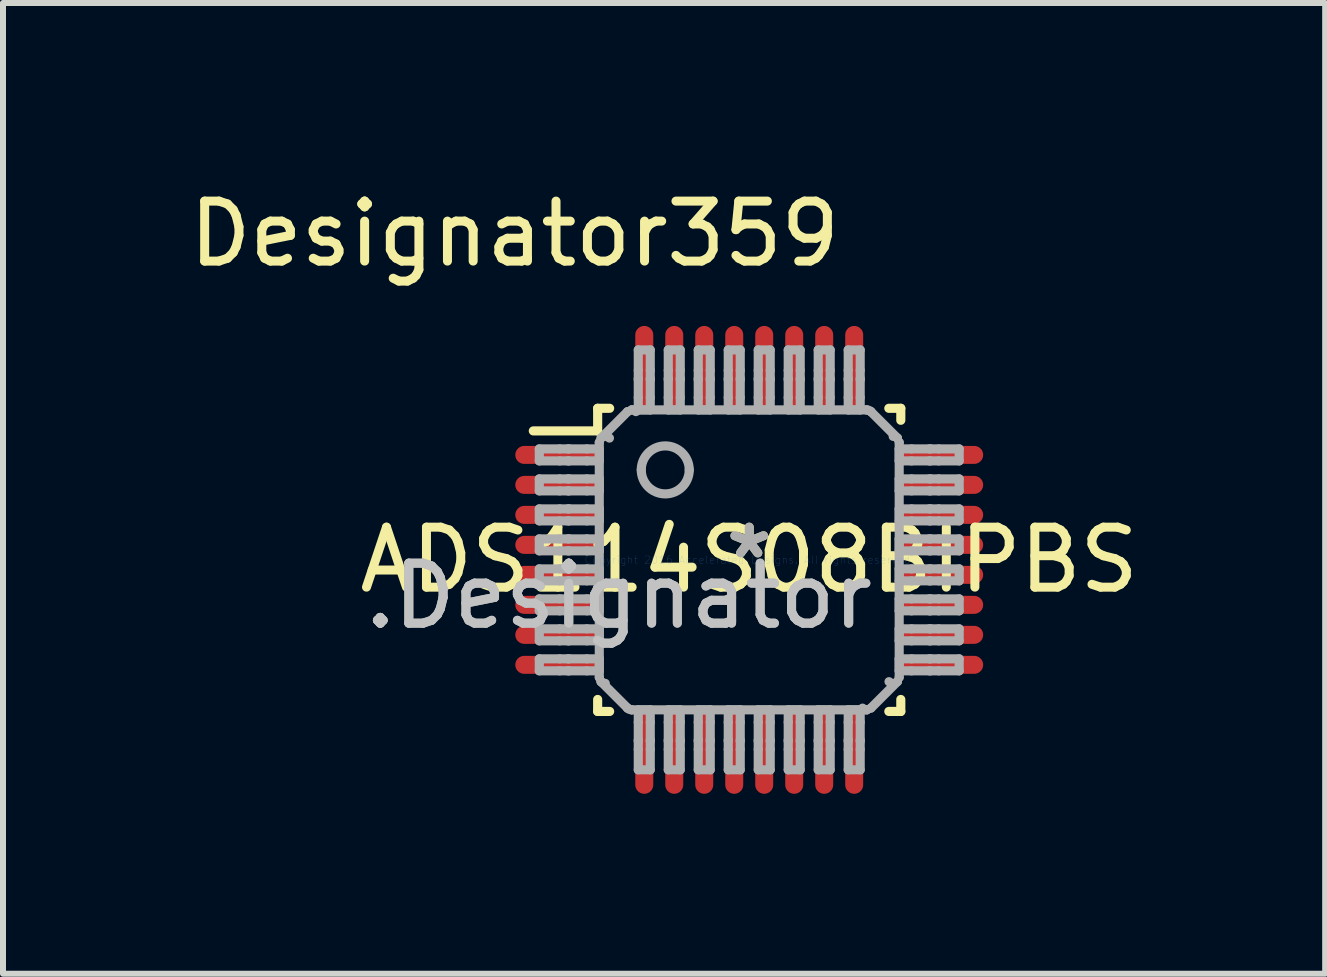
<source format=kicad_pcb>
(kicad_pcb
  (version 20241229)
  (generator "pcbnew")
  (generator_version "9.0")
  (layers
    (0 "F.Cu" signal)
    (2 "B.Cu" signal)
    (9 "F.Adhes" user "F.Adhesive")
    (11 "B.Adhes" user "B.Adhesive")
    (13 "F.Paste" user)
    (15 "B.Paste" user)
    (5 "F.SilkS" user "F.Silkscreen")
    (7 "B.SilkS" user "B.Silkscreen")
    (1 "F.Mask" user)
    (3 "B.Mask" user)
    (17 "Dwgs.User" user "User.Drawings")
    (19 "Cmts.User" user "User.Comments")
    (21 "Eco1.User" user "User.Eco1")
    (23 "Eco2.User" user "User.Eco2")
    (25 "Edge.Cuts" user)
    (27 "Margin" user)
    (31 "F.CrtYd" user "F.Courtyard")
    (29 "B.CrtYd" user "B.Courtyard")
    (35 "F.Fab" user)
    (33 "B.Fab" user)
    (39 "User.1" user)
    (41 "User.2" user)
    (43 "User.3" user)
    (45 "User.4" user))
  (footprint "ADS114S08BIPBS"
    (layer "F.Cu")
    (at 9.441 6.284)
    (property "Reference" "ADS114S08BIPBS" (at 0 0 0) (layer "F.SilkS") (effects (font (size 1 1) (thickness 0.15))))
    (attr through_hole)
    (fp_line (start -3.6 -2.15) (end -2.527 -2.15) (stroke (width 0.152) (type solid)) (layer "F.SilkS"))
    (fp_line (start -2.527 -2.527) (end -2.327 -2.527) (stroke (width 0.152) (type solid)) (layer "F.SilkS"))
    (fp_line (start -2.527 -2.15) (end -2.527 -2.527) (stroke (width 0.152) (type solid)) (layer "F.SilkS"))
    (fp_line (start -2.527 2.527) (end -2.527 2.327) (stroke (width 0.152) (type solid)) (layer "F.SilkS"))
    (fp_line (start -2.527 2.527) (end -2.327 2.527) (stroke (width 0.152) (type solid)) (layer "F.SilkS"))
    (fp_line (start 2.327 -2.527) (end 2.527 -2.527) (stroke (width 0.152) (type solid)) (layer "F.SilkS"))
    (fp_line (start 2.327 2.527) (end 2.527 2.527) (stroke (width 0.152) (type solid)) (layer "F.SilkS"))
    (fp_line (start 2.527 -2.327) (end 2.527 -2.527) (stroke (width 0.152) (type solid)) (layer "F.SilkS"))
    (fp_line (start 2.527 2.527) (end 2.527 2.327) (stroke (width 0.152) (type solid)) (layer "F.SilkS"))
    (fp_line (start -3.5 -1.85) (end -3.16 -1.85) (stroke (width 0.152) (type solid)) (layer "F.Fab"))
    (fp_line (start -3.5 -1.65) (end -3.5 -1.85) (stroke (width 0.152) (type solid)) (layer "F.Fab"))
    (fp_line (start -3.5 -1.65) (end -3.16 -1.65) (stroke (width 0.152) (type solid)) (layer "F.Fab"))
    (fp_line (start -3.5 -1.35) (end -3.16 -1.35) (stroke (width 0.152) (type solid)) (layer "F.Fab"))
    (fp_line (start -3.5 -1.15) (end -3.5 -1.35) (stroke (width 0.152) (type solid)) (layer "F.Fab"))
    (fp_line (start -3.5 -1.15) (end -3.16 -1.15) (stroke (width 0.152) (type solid)) (layer "F.Fab"))
    (fp_line (start -3.5 -0.85) (end -3.16 -0.85) (stroke (width 0.152) (type solid)) (layer "F.Fab"))
    (fp_line (start -3.5 -0.65) (end -3.5 -0.85) (stroke (width 0.152) (type solid)) (layer "F.Fab"))
    (fp_line (start -3.5 -0.65) (end -3.16 -0.65) (stroke (width 0.152) (type solid)) (layer "F.Fab"))
    (fp_line (start -3.5 -0.35) (end -3.16 -0.35) (stroke (width 0.152) (type solid)) (layer "F.Fab"))
    (fp_line (start -3.5 -0.15) (end -3.5 -0.35) (stroke (width 0.152) (type solid)) (layer "F.Fab"))
    (fp_line (start -3.5 -0.15) (end -3.16 -0.15) (stroke (width 0.152) (type solid)) (layer "F.Fab"))
    (fp_line (start -3.5 0.15) (end -3.16 0.15) (stroke (width 0.152) (type solid)) (layer "F.Fab"))
    (fp_line (start -3.5 0.35) (end -3.5 0.15) (stroke (width 0.152) (type solid)) (layer "F.Fab"))
    (fp_line (start -3.5 0.35) (end -3.16 0.35) (stroke (width 0.152) (type solid)) (layer "F.Fab"))
    (fp_line (start -3.5 0.65) (end -3.16 0.65) (stroke (width 0.152) (type solid)) (layer "F.Fab"))
    (fp_line (start -3.5 0.85) (end -3.5 0.65) (stroke (width 0.152) (type solid)) (layer "F.Fab"))
    (fp_line (start -3.5 0.85) (end -3.16 0.85) (stroke (width 0.152) (type solid)) (layer "F.Fab"))
    (fp_line (start -3.5 1.15) (end -3.16 1.15) (stroke (width 0.152) (type solid)) (layer "F.Fab"))
    (fp_line (start -3.5 1.35) (end -3.5 1.15) (stroke (width 0.152) (type solid)) (layer "F.Fab"))
    (fp_line (start -3.5 1.35) (end -3.16 1.35) (stroke (width 0.152) (type solid)) (layer "F.Fab"))
    (fp_line (start -3.5 1.65) (end -3.16 1.65) (stroke (width 0.152) (type solid)) (layer "F.Fab"))
    (fp_line (start -3.5 1.85) (end -3.5 1.65) (stroke (width 0.152) (type solid)) (layer "F.Fab"))
    (fp_line (start -3.5 1.85) (end -3.16 1.85) (stroke (width 0.152) (type solid)) (layer "F.Fab"))
    (fp_line (start -3.16 -1.85) (end -3.023 -1.85) (stroke (width 0.152) (type solid)) (layer "F.Fab"))
    (fp_line (start -3.16 -1.65) (end -3.023 -1.65) (stroke (width 0.152) (type solid)) (layer "F.Fab"))
    (fp_line (start -3.16 -1.35) (end -3.023 -1.35) (stroke (width 0.152) (type solid)) (layer "F.Fab"))
    (fp_line (start -3.16 -1.15) (end -3.023 -1.15) (stroke (width 0.152) (type solid)) (layer "F.Fab"))
    (fp_line (start -3.16 -0.85) (end -3.023 -0.85) (stroke (width 0.152) (type solid)) (layer "F.Fab"))
    (fp_line (start -3.16 -0.65) (end -3.023 -0.65) (stroke (width 0.152) (type solid)) (layer "F.Fab"))
    (fp_line (start -3.16 -0.35) (end -3.023 -0.35) (stroke (width 0.152) (type solid)) (layer "F.Fab"))
    (fp_line (start -3.16 -0.15) (end -3.023 -0.15) (stroke (width 0.152) (type solid)) (layer "F.Fab"))
    (fp_line (start -3.16 0.15) (end -3.023 0.15) (stroke (width 0.152) (type solid)) (layer "F.Fab"))
    (fp_line (start -3.16 0.35) (end -3.023 0.35) (stroke (width 0.152) (type solid)) (layer "F.Fab"))
    (fp_line (start -3.16 0.65) (end -3.023 0.65) (stroke (width 0.152) (type solid)) (layer "F.Fab"))
    (fp_line (start -3.16 0.85) (end -3.023 0.85) (stroke (width 0.152) (type solid)) (layer "F.Fab"))
    (fp_line (start -3.16 1.15) (end -3.023 1.15) (stroke (width 0.152) (type solid)) (layer "F.Fab"))
    (fp_line (start -3.16 1.35) (end -3.023 1.35) (stroke (width 0.152) (type solid)) (layer "F.Fab"))
    (fp_line (start -3.16 1.65) (end -3.023 1.65) (stroke (width 0.152) (type solid)) (layer "F.Fab"))
    (fp_line (start -3.16 1.85) (end -3.023 1.85) (stroke (width 0.152) (type solid)) (layer "F.Fab"))
    (fp_line (start -3.023 -1.85) (end -3.002 -1.85) (stroke (width 0.152) (type solid)) (layer "F.Fab"))
    (fp_line (start -3.023 -1.65) (end -3.002 -1.65) (stroke (width 0.152) (type solid)) (layer "F.Fab"))
    (fp_line (start -3.023 -1.35) (end -3.002 -1.35) (stroke (width 0.152) (type solid)) (layer "F.Fab"))
    (fp_line (start -3.023 -1.15) (end -3.002 -1.15) (stroke (width 0.152) (type solid)) (layer "F.Fab"))
    (fp_line (start -3.023 -0.85) (end -3.002 -0.85) (stroke (width 0.152) (type solid)) (layer "F.Fab"))
    (fp_line (start -3.023 -0.65) (end -3.002 -0.65) (stroke (width 0.152) (type solid)) (layer "F.Fab"))
    (fp_line (start -3.023 -0.35) (end -3.002 -0.35) (stroke (width 0.152) (type solid)) (layer "F.Fab"))
    (fp_line (start -3.023 -0.15) (end -3.002 -0.15) (stroke (width 0.152) (type solid)) (layer "F.Fab"))
    (fp_line (start -3.023 0.15) (end -3.002 0.15) (stroke (width 0.152) (type solid)) (layer "F.Fab"))
    (fp_line (start -3.023 0.35) (end -3.002 0.35) (stroke (width 0.152) (type solid)) (layer "F.Fab"))
    (fp_line (start -3.023 0.65) (end -3.002 0.65) (stroke (width 0.152) (type solid)) (layer "F.Fab"))
    (fp_line (start -3.023 0.85) (end -3.002 0.85) (stroke (width 0.152) (type solid)) (layer "F.Fab"))
    (fp_line (start -3.023 1.15) (end -3.002 1.15) (stroke (width 0.152) (type solid)) (layer "F.Fab"))
    (fp_line (start -3.023 1.35) (end -3.002 1.35) (stroke (width 0.152) (type solid)) (layer "F.Fab"))
    (fp_line (start -3.023 1.65) (end -3.002 1.65) (stroke (width 0.152) (type solid)) (layer "F.Fab"))
    (fp_line (start -3.023 1.85) (end -3.002 1.85) (stroke (width 0.152) (type solid)) (layer "F.Fab"))
    (fp_line (start -3.002 -1.85) (end -2.706 -1.85) (stroke (width 0.152) (type solid)) (layer "F.Fab"))
    (fp_line (start -3.002 -1.65) (end -2.706 -1.65) (stroke (width 0.152) (type solid)) (layer "F.Fab"))
    (fp_line (start -3.002 -1.35) (end -2.706 -1.35) (stroke (width 0.152) (type solid)) (layer "F.Fab"))
    (fp_line (start -3.002 -1.15) (end -2.706 -1.15) (stroke (width 0.152) (type solid)) (layer "F.Fab"))
    (fp_line (start -3.002 -0.85) (end -2.706 -0.85) (stroke (width 0.152) (type solid)) (layer "F.Fab"))
    (fp_line (start -3.002 -0.65) (end -2.706 -0.65) (stroke (width 0.152) (type solid)) (layer "F.Fab"))
    (fp_line (start -3.002 -0.35) (end -2.706 -0.35) (stroke (width 0.152) (type solid)) (layer "F.Fab"))
    (fp_line (start -3.002 -0.15) (end -2.706 -0.15) (stroke (width 0.152) (type solid)) (layer "F.Fab"))
    (fp_line (start -3.002 0.15) (end -2.706 0.15) (stroke (width 0.152) (type solid)) (layer "F.Fab"))
    (fp_line (start -3.002 0.35) (end -2.706 0.35) (stroke (width 0.152) (type solid)) (layer "F.Fab"))
    (fp_line (start -3.002 0.65) (end -2.706 0.65) (stroke (width 0.152) (type solid)) (layer "F.Fab"))
    (fp_line (start -3.002 0.85) (end -2.706 0.85) (stroke (width 0.152) (type solid)) (layer "F.Fab"))
    (fp_line (start -3.002 1.15) (end -2.706 1.15) (stroke (width 0.152) (type solid)) (layer "F.Fab"))
    (fp_line (start -3.002 1.35) (end -2.706 1.35) (stroke (width 0.152) (type solid)) (layer "F.Fab"))
    (fp_line (start -3.002 1.65) (end -2.706 1.65) (stroke (width 0.152) (type solid)) (layer "F.Fab"))
    (fp_line (start -3.002 1.85) (end -2.706 1.85) (stroke (width 0.152) (type solid)) (layer "F.Fab"))
    (fp_line (start -2.706 -1.85) (end -2.5 -1.85) (stroke (width 0.152) (type solid)) (layer "F.Fab"))
    (fp_line (start -2.706 -1.65) (end -2.5 -1.65) (stroke (width 0.152) (type solid)) (layer "F.Fab"))
    (fp_line (start -2.706 -1.35) (end -2.5 -1.35) (stroke (width 0.152) (type solid)) (layer "F.Fab"))
    (fp_line (start -2.706 -1.15) (end -2.5 -1.15) (stroke (width 0.152) (type solid)) (layer "F.Fab"))
    (fp_line (start -2.706 -0.85) (end -2.5 -0.85) (stroke (width 0.152) (type solid)) (layer "F.Fab"))
    (fp_line (start -2.706 -0.65) (end -2.5 -0.65) (stroke (width 0.152) (type solid)) (layer "F.Fab"))
    (fp_line (start -2.706 -0.35) (end -2.5 -0.35) (stroke (width 0.152) (type solid)) (layer "F.Fab"))
    (fp_line (start -2.706 -0.15) (end -2.5 -0.15) (stroke (width 0.152) (type solid)) (layer "F.Fab"))
    (fp_line (start -2.706 0.15) (end -2.5 0.15) (stroke (width 0.152) (type solid)) (layer "F.Fab"))
    (fp_line (start -2.706 0.35) (end -2.5 0.35) (stroke (width 0.152) (type solid)) (layer "F.Fab"))
    (fp_line (start -2.706 0.65) (end -2.5 0.65) (stroke (width 0.152) (type solid)) (layer "F.Fab"))
    (fp_line (start -2.706 0.85) (end -2.5 0.85) (stroke (width 0.152) (type solid)) (layer "F.Fab"))
    (fp_line (start -2.706 1.15) (end -2.5 1.15) (stroke (width 0.152) (type solid)) (layer "F.Fab"))
    (fp_line (start -2.706 1.35) (end -2.5 1.35) (stroke (width 0.152) (type solid)) (layer "F.Fab"))
    (fp_line (start -2.706 1.65) (end -2.5 1.65) (stroke (width 0.152) (type solid)) (layer "F.Fab"))
    (fp_line (start -2.706 1.85) (end -2.5 1.85) (stroke (width 0.152) (type solid)) (layer "F.Fab"))
    (fp_line (start -2.5 -1.959) (end -2.5 -1.959) (stroke (width 0.152) (type solid)) (layer "F.Fab"))
    (fp_line (start -2.5 -1.65) (end -2.5 -1.85) (stroke (width 0.152) (type solid)) (layer "F.Fab"))
    (fp_line (start -2.5 -1.15) (end -2.5 -1.35) (stroke (width 0.152) (type solid)) (layer "F.Fab"))
    (fp_line (start -2.5 -0.65) (end -2.5 -0.85) (stroke (width 0.152) (type solid)) (layer "F.Fab"))
    (fp_line (start -2.5 -0.15) (end -2.5 -0.35) (stroke (width 0.152) (type solid)) (layer "F.Fab"))
    (fp_line (start -2.5 0.35) (end -2.5 0.15) (stroke (width 0.152) (type solid)) (layer "F.Fab"))
    (fp_line (start -2.5 0.85) (end -2.5 0.65) (stroke (width 0.152) (type solid)) (layer "F.Fab"))
    (fp_line (start -2.5 1.35) (end -2.5 1.15) (stroke (width 0.152) (type solid)) (layer "F.Fab"))
    (fp_line (start -2.5 1.85) (end -2.5 1.65) (stroke (width 0.152) (type solid)) (layer "F.Fab"))
    (fp_line (start -2.5 1.959) (end -2.5 -1.959) (stroke (width 0.152) (type solid)) (layer "F.Fab"))
    (fp_line (start -2.5 1.959) (end -2.5 1.959) (stroke (width 0.152) (type solid)) (layer "F.Fab"))
    (fp_line (start -2.471 -2.029) (end -2.471 -2.029) (stroke (width 0.152) (type solid)) (layer "F.Fab"))
    (fp_line (start -2.471 2.029) (end -2.471 2.029) (stroke (width 0.152) (type solid)) (layer "F.Fab"))
    (fp_line (start -2.471 -2.029) (end -2.029 -2.471) (stroke (width 0.152) (type solid)) (layer "F.Fab"))
    (fp_line (start -2.471 2.029) (end -2.029 2.471) (stroke (width 0.152) (type solid)) (layer "F.Fab"))
    (fp_line (start -2.029 -2.471) (end -2.029 -2.471) (stroke (width 0.152) (type solid)) (layer "F.Fab"))
    (fp_line (start -2.029 2.471) (end -2.029 2.471) (stroke (width 0.152) (type solid)) (layer "F.Fab"))
    (fp_line (start -1.959 -2.5) (end -1.959 -2.5) (stroke (width 0.152) (type solid)) (layer "F.Fab"))
    (fp_line (start -1.959 2.5) (end -1.959 2.5) (stroke (width 0.152) (type solid)) (layer "F.Fab"))
    (fp_line (start -1.959 -2.5) (end 1.959 -2.5) (stroke (width 0.152) (type solid)) (layer "F.Fab"))
    (fp_line (start -1.959 2.5) (end 1.959 2.5) (stroke (width 0.152) (type solid)) (layer "F.Fab"))
    (fp_line (start -1.85 -3.5) (end -1.65 -3.5) (stroke (width 0.152) (type solid)) (layer "F.Fab"))
    (fp_line (start -1.85 -3.16) (end -1.85 -3.5) (stroke (width 0.152) (type solid)) (layer "F.Fab"))
    (fp_line (start -1.85 -3.023) (end -1.85 -3.16) (stroke (width 0.152) (type solid)) (layer "F.Fab"))
    (fp_line (start -1.85 -3.002) (end -1.85 -3.023) (stroke (width 0.152) (type solid)) (layer "F.Fab"))
    (fp_line (start -1.85 -2.706) (end -1.85 -3.002) (stroke (width 0.152) (type solid)) (layer "F.Fab"))
    (fp_line (start -1.85 -2.5) (end -1.85 -2.706) (stroke (width 0.152) (type solid)) (layer "F.Fab"))
    (fp_line (start -1.85 -2.5) (end -1.65 -2.5) (stroke (width 0.152) (type solid)) (layer "F.Fab"))
    (fp_line (start -1.85 2.5) (end -1.65 2.5) (stroke (width 0.152) (type solid)) (layer "F.Fab"))
    (fp_line (start -1.85 2.706) (end -1.85 2.5) (stroke (width 0.152) (type solid)) (layer "F.Fab"))
    (fp_line (start -1.85 3.002) (end -1.85 2.706) (stroke (width 0.152) (type solid)) (layer "F.Fab"))
    (fp_line (start -1.85 3.023) (end -1.85 3.002) (stroke (width 0.152) (type solid)) (layer "F.Fab"))
    (fp_line (start -1.85 3.16) (end -1.85 3.023) (stroke (width 0.152) (type solid)) (layer "F.Fab"))
    (fp_line (start -1.85 3.5) (end -1.85 3.16) (stroke (width 0.152) (type solid)) (layer "F.Fab"))
    (fp_line (start -1.85 3.5) (end -1.65 3.5) (stroke (width 0.152) (type solid)) (layer "F.Fab"))
    (fp_line (start -1.65 -3.16) (end -1.65 -3.5) (stroke (width 0.152) (type solid)) (layer "F.Fab"))
    (fp_line (start -1.65 -3.023) (end -1.65 -3.16) (stroke (width 0.152) (type solid)) (layer "F.Fab"))
    (fp_line (start -1.65 -3.002) (end -1.65 -3.023) (stroke (width 0.152) (type solid)) (layer "F.Fab"))
    (fp_line (start -1.65 -2.706) (end -1.65 -3.002) (stroke (width 0.152) (type solid)) (layer "F.Fab"))
    (fp_line (start -1.65 -2.5) (end -1.65 -2.706) (stroke (width 0.152) (type solid)) (layer "F.Fab"))
    (fp_line (start -1.65 2.706) (end -1.65 2.5) (stroke (width 0.152) (type solid)) (layer "F.Fab"))
    (fp_line (start -1.65 3.002) (end -1.65 2.706) (stroke (width 0.152) (type solid)) (layer "F.Fab"))
    (fp_line (start -1.65 3.023) (end -1.65 3.002) (stroke (width 0.152) (type solid)) (layer "F.Fab"))
    (fp_line (start -1.65 3.16) (end -1.65 3.023) (stroke (width 0.152) (type solid)) (layer "F.Fab"))
    (fp_line (start -1.65 3.5) (end -1.65 3.16) (stroke (width 0.152) (type solid)) (layer "F.Fab"))
    (fp_line (start -1.35 -3.5) (end -1.15 -3.5) (stroke (width 0.152) (type solid)) (layer "F.Fab"))
    (fp_line (start -1.35 -3.16) (end -1.35 -3.5) (stroke (width 0.152) (type solid)) (layer "F.Fab"))
    (fp_line (start -1.35 -3.023) (end -1.35 -3.16) (stroke (width 0.152) (type solid)) (layer "F.Fab"))
    (fp_line (start -1.35 -3.002) (end -1.35 -3.023) (stroke (width 0.152) (type solid)) (layer "F.Fab"))
    (fp_line (start -1.35 -2.706) (end -1.35 -3.002) (stroke (width 0.152) (type solid)) (layer "F.Fab"))
    (fp_line (start -1.35 -2.5) (end -1.35 -2.706) (stroke (width 0.152) (type solid)) (layer "F.Fab"))
    (fp_line (start -1.35 -2.5) (end -1.15 -2.5) (stroke (width 0.152) (type solid)) (layer "F.Fab"))
    (fp_line (start -1.35 2.5) (end -1.15 2.5) (stroke (width 0.152) (type solid)) (layer "F.Fab"))
    (fp_line (start -1.35 2.706) (end -1.35 2.5) (stroke (width 0.152) (type solid)) (layer "F.Fab"))
    (fp_line (start -1.35 3.002) (end -1.35 2.706) (stroke (width 0.152) (type solid)) (layer "F.Fab"))
    (fp_line (start -1.35 3.023) (end -1.35 3.002) (stroke (width 0.152) (type solid)) (layer "F.Fab"))
    (fp_line (start -1.35 3.16) (end -1.35 3.023) (stroke (width 0.152) (type solid)) (layer "F.Fab"))
    (fp_line (start -1.35 3.5) (end -1.35 3.16) (stroke (width 0.152) (type solid)) (layer "F.Fab"))
    (fp_line (start -1.35 3.5) (end -1.15 3.5) (stroke (width 0.152) (type solid)) (layer "F.Fab"))
    (fp_line (start -1.15 -3.16) (end -1.15 -3.5) (stroke (width 0.152) (type solid)) (layer "F.Fab"))
    (fp_line (start -1.15 -3.023) (end -1.15 -3.16) (stroke (width 0.152) (type solid)) (layer "F.Fab"))
    (fp_line (start -1.15 -3.002) (end -1.15 -3.023) (stroke (width 0.152) (type solid)) (layer "F.Fab"))
    (fp_line (start -1.15 -2.706) (end -1.15 -3.002) (stroke (width 0.152) (type solid)) (layer "F.Fab"))
    (fp_line (start -1.15 -2.5) (end -1.15 -2.706) (stroke (width 0.152) (type solid)) (layer "F.Fab"))
    (fp_line (start -1.15 2.706) (end -1.15 2.5) (stroke (width 0.152) (type solid)) (layer "F.Fab"))
    (fp_line (start -1.15 3.002) (end -1.15 2.706) (stroke (width 0.152) (type solid)) (layer "F.Fab"))
    (fp_line (start -1.15 3.023) (end -1.15 3.002) (stroke (width 0.152) (type solid)) (layer "F.Fab"))
    (fp_line (start -1.15 3.16) (end -1.15 3.023) (stroke (width 0.152) (type solid)) (layer "F.Fab"))
    (fp_line (start -1.15 3.5) (end -1.15 3.16) (stroke (width 0.152) (type solid)) (layer "F.Fab"))
    (fp_line (start -0.85 -3.5) (end -0.65 -3.5) (stroke (width 0.152) (type solid)) (layer "F.Fab"))
    (fp_line (start -0.85 -3.16) (end -0.85 -3.5) (stroke (width 0.152) (type solid)) (layer "F.Fab"))
    (fp_line (start -0.85 -3.023) (end -0.85 -3.16) (stroke (width 0.152) (type solid)) (layer "F.Fab"))
    (fp_line (start -0.85 -3.002) (end -0.85 -3.023) (stroke (width 0.152) (type solid)) (layer "F.Fab"))
    (fp_line (start -0.85 -2.706) (end -0.85 -3.002) (stroke (width 0.152) (type solid)) (layer "F.Fab"))
    (fp_line (start -0.85 -2.5) (end -0.85 -2.706) (stroke (width 0.152) (type solid)) (layer "F.Fab"))
    (fp_line (start -0.85 -2.5) (end -0.65 -2.5) (stroke (width 0.152) (type solid)) (layer "F.Fab"))
    (fp_line (start -0.85 2.5) (end -0.65 2.5) (stroke (width 0.152) (type solid)) (layer "F.Fab"))
    (fp_line (start -0.85 2.706) (end -0.85 2.5) (stroke (width 0.152) (type solid)) (layer "F.Fab"))
    (fp_line (start -0.85 3.002) (end -0.85 2.706) (stroke (width 0.152) (type solid)) (layer "F.Fab"))
    (fp_line (start -0.85 3.023) (end -0.85 3.002) (stroke (width 0.152) (type solid)) (layer "F.Fab"))
    (fp_line (start -0.85 3.16) (end -0.85 3.023) (stroke (width 0.152) (type solid)) (layer "F.Fab"))
    (fp_line (start -0.85 3.5) (end -0.85 3.16) (stroke (width 0.152) (type solid)) (layer "F.Fab"))
    (fp_line (start -0.85 3.5) (end -0.65 3.5) (stroke (width 0.152) (type solid)) (layer "F.Fab"))
    (fp_line (start -0.65 -3.16) (end -0.65 -3.5) (stroke (width 0.152) (type solid)) (layer "F.Fab"))
    (fp_line (start -0.65 -3.023) (end -0.65 -3.16) (stroke (width 0.152) (type solid)) (layer "F.Fab"))
    (fp_line (start -0.65 -3.002) (end -0.65 -3.023) (stroke (width 0.152) (type solid)) (layer "F.Fab"))
    (fp_line (start -0.65 -2.706) (end -0.65 -3.002) (stroke (width 0.152) (type solid)) (layer "F.Fab"))
    (fp_line (start -0.65 -2.5) (end -0.65 -2.706) (stroke (width 0.152) (type solid)) (layer "F.Fab"))
    (fp_line (start -0.65 2.706) (end -0.65 2.5) (stroke (width 0.152) (type solid)) (layer "F.Fab"))
    (fp_line (start -0.65 3.002) (end -0.65 2.706) (stroke (width 0.152) (type solid)) (layer "F.Fab"))
    (fp_line (start -0.65 3.023) (end -0.65 3.002) (stroke (width 0.152) (type solid)) (layer "F.Fab"))
    (fp_line (start -0.65 3.16) (end -0.65 3.023) (stroke (width 0.152) (type solid)) (layer "F.Fab"))
    (fp_line (start -0.65 3.5) (end -0.65 3.16) (stroke (width 0.152) (type solid)) (layer "F.Fab"))
    (fp_line (start -0.35 -3.5) (end -0.15 -3.5) (stroke (width 0.152) (type solid)) (layer "F.Fab"))
    (fp_line (start -0.35 -3.16) (end -0.35 -3.5) (stroke (width 0.152) (type solid)) (layer "F.Fab"))
    (fp_line (start -0.35 -3.023) (end -0.35 -3.16) (stroke (width 0.152) (type solid)) (layer "F.Fab"))
    (fp_line (start -0.35 -3.002) (end -0.35 -3.023) (stroke (width 0.152) (type solid)) (layer "F.Fab"))
    (fp_line (start -0.35 -2.706) (end -0.35 -3.002) (stroke (width 0.152) (type solid)) (layer "F.Fab"))
    (fp_line (start -0.35 -2.5) (end -0.35 -2.706) (stroke (width 0.152) (type solid)) (layer "F.Fab"))
    (fp_line (start -0.35 -2.5) (end -0.15 -2.5) (stroke (width 0.152) (type solid)) (layer "F.Fab"))
    (fp_line (start -0.35 2.5) (end -0.15 2.5) (stroke (width 0.152) (type solid)) (layer "F.Fab"))
    (fp_line (start -0.35 2.706) (end -0.35 2.5) (stroke (width 0.152) (type solid)) (layer "F.Fab"))
    (fp_line (start -0.35 3.002) (end -0.35 2.706) (stroke (width 0.152) (type solid)) (layer "F.Fab"))
    (fp_line (start -0.35 3.023) (end -0.35 3.002) (stroke (width 0.152) (type solid)) (layer "F.Fab"))
    (fp_line (start -0.35 3.16) (end -0.35 3.023) (stroke (width 0.152) (type solid)) (layer "F.Fab"))
    (fp_line (start -0.35 3.5) (end -0.35 3.16) (stroke (width 0.152) (type solid)) (layer "F.Fab"))
    (fp_line (start -0.35 3.5) (end -0.15 3.5) (stroke (width 0.152) (type solid)) (layer "F.Fab"))
    (fp_line (start -0.15 -3.16) (end -0.15 -3.5) (stroke (width 0.152) (type solid)) (layer "F.Fab"))
    (fp_line (start -0.15 -3.023) (end -0.15 -3.16) (stroke (width 0.152) (type solid)) (layer "F.Fab"))
    (fp_line (start -0.15 -3.002) (end -0.15 -3.023) (stroke (width 0.152) (type solid)) (layer "F.Fab"))
    (fp_line (start -0.15 -2.706) (end -0.15 -3.002) (stroke (width 0.152) (type solid)) (layer "F.Fab"))
    (fp_line (start -0.15 -2.5) (end -0.15 -2.706) (stroke (width 0.152) (type solid)) (layer "F.Fab"))
    (fp_line (start -0.15 2.706) (end -0.15 2.5) (stroke (width 0.152) (type solid)) (layer "F.Fab"))
    (fp_line (start -0.15 3.002) (end -0.15 2.706) (stroke (width 0.152) (type solid)) (layer "F.Fab"))
    (fp_line (start -0.15 3.023) (end -0.15 3.002) (stroke (width 0.152) (type solid)) (layer "F.Fab"))
    (fp_line (start -0.15 3.16) (end -0.15 3.023) (stroke (width 0.152) (type solid)) (layer "F.Fab"))
    (fp_line (start -0.15 3.5) (end -0.15 3.16) (stroke (width 0.152) (type solid)) (layer "F.Fab"))
    (fp_line (start 0.15 -3.5) (end 0.35 -3.5) (stroke (width 0.152) (type solid)) (layer "F.Fab"))
    (fp_line (start 0.15 -3.16) (end 0.15 -3.5) (stroke (width 0.152) (type solid)) (layer "F.Fab"))
    (fp_line (start 0.15 -3.023) (end 0.15 -3.16) (stroke (width 0.152) (type solid)) (layer "F.Fab"))
    (fp_line (start 0.15 -3.002) (end 0.15 -3.023) (stroke (width 0.152) (type solid)) (layer "F.Fab"))
    (fp_line (start 0.15 -2.706) (end 0.15 -3.002) (stroke (width 0.152) (type solid)) (layer "F.Fab"))
    (fp_line (start 0.15 -2.5) (end 0.15 -2.706) (stroke (width 0.152) (type solid)) (layer "F.Fab"))
    (fp_line (start 0.15 -2.5) (end 0.35 -2.5) (stroke (width 0.152) (type solid)) (layer "F.Fab"))
    (fp_line (start 0.15 2.5) (end 0.35 2.5) (stroke (width 0.152) (type solid)) (layer "F.Fab"))
    (fp_line (start 0.15 2.706) (end 0.15 2.5) (stroke (width 0.152) (type solid)) (layer "F.Fab"))
    (fp_line (start 0.15 3.002) (end 0.15 2.706) (stroke (width 0.152) (type solid)) (layer "F.Fab"))
    (fp_line (start 0.15 3.023) (end 0.15 3.002) (stroke (width 0.152) (type solid)) (layer "F.Fab"))
    (fp_line (start 0.15 3.16) (end 0.15 3.023) (stroke (width 0.152) (type solid)) (layer "F.Fab"))
    (fp_line (start 0.15 3.5) (end 0.15 3.16) (stroke (width 0.152) (type solid)) (layer "F.Fab"))
    (fp_line (start 0.15 3.5) (end 0.35 3.5) (stroke (width 0.152) (type solid)) (layer "F.Fab"))
    (fp_line (start 0.35 -3.16) (end 0.35 -3.5) (stroke (width 0.152) (type solid)) (layer "F.Fab"))
    (fp_line (start 0.35 -3.023) (end 0.35 -3.16) (stroke (width 0.152) (type solid)) (layer "F.Fab"))
    (fp_line (start 0.35 -3.002) (end 0.35 -3.023) (stroke (width 0.152) (type solid)) (layer "F.Fab"))
    (fp_line (start 0.35 -2.706) (end 0.35 -3.002) (stroke (width 0.152) (type solid)) (layer "F.Fab"))
    (fp_line (start 0.35 -2.5) (end 0.35 -2.706) (stroke (width 0.152) (type solid)) (layer "F.Fab"))
    (fp_line (start 0.35 2.706) (end 0.35 2.5) (stroke (width 0.152) (type solid)) (layer "F.Fab"))
    (fp_line (start 0.35 3.002) (end 0.35 2.706) (stroke (width 0.152) (type solid)) (layer "F.Fab"))
    (fp_line (start 0.35 3.023) (end 0.35 3.002) (stroke (width 0.152) (type solid)) (layer "F.Fab"))
    (fp_line (start 0.35 3.16) (end 0.35 3.023) (stroke (width 0.152) (type solid)) (layer "F.Fab"))
    (fp_line (start 0.35 3.5) (end 0.35 3.16) (stroke (width 0.152) (type solid)) (layer "F.Fab"))
    (fp_line (start 0.65 -3.5) (end 0.85 -3.5) (stroke (width 0.152) (type solid)) (layer "F.Fab"))
    (fp_line (start 0.65 -3.16) (end 0.65 -3.5) (stroke (width 0.152) (type solid)) (layer "F.Fab"))
    (fp_line (start 0.65 -3.023) (end 0.65 -3.16) (stroke (width 0.152) (type solid)) (layer "F.Fab"))
    (fp_line (start 0.65 -3.002) (end 0.65 -3.023) (stroke (width 0.152) (type solid)) (layer "F.Fab"))
    (fp_line (start 0.65 -2.706) (end 0.65 -3.002) (stroke (width 0.152) (type solid)) (layer "F.Fab"))
    (fp_line (start 0.65 -2.5) (end 0.65 -2.706) (stroke (width 0.152) (type solid)) (layer "F.Fab"))
    (fp_line (start 0.65 -2.5) (end 0.85 -2.5) (stroke (width 0.152) (type solid)) (layer "F.Fab"))
    (fp_line (start 0.65 2.5) (end 0.85 2.5) (stroke (width 0.152) (type solid)) (layer "F.Fab"))
    (fp_line (start 0.65 2.706) (end 0.65 2.5) (stroke (width 0.152) (type solid)) (layer "F.Fab"))
    (fp_line (start 0.65 3.002) (end 0.65 2.706) (stroke (width 0.152) (type solid)) (layer "F.Fab"))
    (fp_line (start 0.65 3.023) (end 0.65 3.002) (stroke (width 0.152) (type solid)) (layer "F.Fab"))
    (fp_line (start 0.65 3.16) (end 0.65 3.023) (stroke (width 0.152) (type solid)) (layer "F.Fab"))
    (fp_line (start 0.65 3.5) (end 0.65 3.16) (stroke (width 0.152) (type solid)) (layer "F.Fab"))
    (fp_line (start 0.65 3.5) (end 0.85 3.5) (stroke (width 0.152) (type solid)) (layer "F.Fab"))
    (fp_line (start 0.85 -3.16) (end 0.85 -3.5) (stroke (width 0.152) (type solid)) (layer "F.Fab"))
    (fp_line (start 0.85 -3.023) (end 0.85 -3.16) (stroke (width 0.152) (type solid)) (layer "F.Fab"))
    (fp_line (start 0.85 -3.002) (end 0.85 -3.023) (stroke (width 0.152) (type solid)) (layer "F.Fab"))
    (fp_line (start 0.85 -2.706) (end 0.85 -3.002) (stroke (width 0.152) (type solid)) (layer "F.Fab"))
    (fp_line (start 0.85 -2.5) (end 0.85 -2.706) (stroke (width 0.152) (type solid)) (layer "F.Fab"))
    (fp_line (start 0.85 2.706) (end 0.85 2.5) (stroke (width 0.152) (type solid)) (layer "F.Fab"))
    (fp_line (start 0.85 3.002) (end 0.85 2.706) (stroke (width 0.152) (type solid)) (layer "F.Fab"))
    (fp_line (start 0.85 3.023) (end 0.85 3.002) (stroke (width 0.152) (type solid)) (layer "F.Fab"))
    (fp_line (start 0.85 3.16) (end 0.85 3.023) (stroke (width 0.152) (type solid)) (layer "F.Fab"))
    (fp_line (start 0.85 3.5) (end 0.85 3.16) (stroke (width 0.152) (type solid)) (layer "F.Fab"))
    (fp_line (start 1.15 -3.5) (end 1.35 -3.5) (stroke (width 0.152) (type solid)) (layer "F.Fab"))
    (fp_line (start 1.15 -3.16) (end 1.15 -3.5) (stroke (width 0.152) (type solid)) (layer "F.Fab"))
    (fp_line (start 1.15 -3.023) (end 1.15 -3.16) (stroke (width 0.152) (type solid)) (layer "F.Fab"))
    (fp_line (start 1.15 -3.002) (end 1.15 -3.023) (stroke (width 0.152) (type solid)) (layer "F.Fab"))
    (fp_line (start 1.15 -2.706) (end 1.15 -3.002) (stroke (width 0.152) (type solid)) (layer "F.Fab"))
    (fp_line (start 1.15 -2.5) (end 1.15 -2.706) (stroke (width 0.152) (type solid)) (layer "F.Fab"))
    (fp_line (start 1.15 -2.5) (end 1.35 -2.5) (stroke (width 0.152) (type solid)) (layer "F.Fab"))
    (fp_line (start 1.15 2.5) (end 1.35 2.5) (stroke (width 0.152) (type solid)) (layer "F.Fab"))
    (fp_line (start 1.15 2.706) (end 1.15 2.5) (stroke (width 0.152) (type solid)) (layer "F.Fab"))
    (fp_line (start 1.15 3.002) (end 1.15 2.706) (stroke (width 0.152) (type solid)) (layer "F.Fab"))
    (fp_line (start 1.15 3.023) (end 1.15 3.002) (stroke (width 0.152) (type solid)) (layer "F.Fab"))
    (fp_line (start 1.15 3.16) (end 1.15 3.023) (stroke (width 0.152) (type solid)) (layer "F.Fab"))
    (fp_line (start 1.15 3.5) (end 1.15 3.16) (stroke (width 0.152) (type solid)) (layer "F.Fab"))
    (fp_line (start 1.15 3.5) (end 1.35 3.5) (stroke (width 0.152) (type solid)) (layer "F.Fab"))
    (fp_line (start 1.35 -3.16) (end 1.35 -3.5) (stroke (width 0.152) (type solid)) (layer "F.Fab"))
    (fp_line (start 1.35 -3.023) (end 1.35 -3.16) (stroke (width 0.152) (type solid)) (layer "F.Fab"))
    (fp_line (start 1.35 -3.002) (end 1.35 -3.023) (stroke (width 0.152) (type solid)) (layer "F.Fab"))
    (fp_line (start 1.35 -2.706) (end 1.35 -3.002) (stroke (width 0.152) (type solid)) (layer "F.Fab"))
    (fp_line (start 1.35 -2.5) (end 1.35 -2.706) (stroke (width 0.152) (type solid)) (layer "F.Fab"))
    (fp_line (start 1.35 2.706) (end 1.35 2.5) (stroke (width 0.152) (type solid)) (layer "F.Fab"))
    (fp_line (start 1.35 3.002) (end 1.35 2.706) (stroke (width 0.152) (type solid)) (layer "F.Fab"))
    (fp_line (start 1.35 3.023) (end 1.35 3.002) (stroke (width 0.152) (type solid)) (layer "F.Fab"))
    (fp_line (start 1.35 3.16) (end 1.35 3.023) (stroke (width 0.152) (type solid)) (layer "F.Fab"))
    (fp_line (start 1.35 3.5) (end 1.35 3.16) (stroke (width 0.152) (type solid)) (layer "F.Fab"))
    (fp_line (start 1.65 -3.5) (end 1.85 -3.5) (stroke (width 0.152) (type solid)) (layer "F.Fab"))
    (fp_line (start 1.65 -3.16) (end 1.65 -3.5) (stroke (width 0.152) (type solid)) (layer "F.Fab"))
    (fp_line (start 1.65 -3.023) (end 1.65 -3.16) (stroke (width 0.152) (type solid)) (layer "F.Fab"))
    (fp_line (start 1.65 -3.002) (end 1.65 -3.023) (stroke (width 0.152) (type solid)) (layer "F.Fab"))
    (fp_line (start 1.65 -2.706) (end 1.65 -3.002) (stroke (width 0.152) (type solid)) (layer "F.Fab"))
    (fp_line (start 1.65 -2.5) (end 1.65 -2.706) (stroke (width 0.152) (type solid)) (layer "F.Fab"))
    (fp_line (start 1.65 -2.5) (end 1.85 -2.5) (stroke (width 0.152) (type solid)) (layer "F.Fab"))
    (fp_line (start 1.65 2.5) (end 1.85 2.5) (stroke (width 0.152) (type solid)) (layer "F.Fab"))
    (fp_line (start 1.65 2.706) (end 1.65 2.5) (stroke (width 0.152) (type solid)) (layer "F.Fab"))
    (fp_line (start 1.65 3.002) (end 1.65 2.706) (stroke (width 0.152) (type solid)) (layer "F.Fab"))
    (fp_line (start 1.65 3.023) (end 1.65 3.002) (stroke (width 0.152) (type solid)) (layer "F.Fab"))
    (fp_line (start 1.65 3.16) (end 1.65 3.023) (stroke (width 0.152) (type solid)) (layer "F.Fab"))
    (fp_line (start 1.65 3.5) (end 1.65 3.16) (stroke (width 0.152) (type solid)) (layer "F.Fab"))
    (fp_line (start 1.65 3.5) (end 1.85 3.5) (stroke (width 0.152) (type solid)) (layer "F.Fab"))
    (fp_line (start 1.85 -3.16) (end 1.85 -3.5) (stroke (width 0.152) (type solid)) (layer "F.Fab"))
    (fp_line (start 1.85 -3.023) (end 1.85 -3.16) (stroke (width 0.152) (type solid)) (layer "F.Fab"))
    (fp_line (start 1.85 -3.002) (end 1.85 -3.023) (stroke (width 0.152) (type solid)) (layer "F.Fab"))
    (fp_line (start 1.85 -2.706) (end 1.85 -3.002) (stroke (width 0.152) (type solid)) (layer "F.Fab"))
    (fp_line (start 1.85 -2.5) (end 1.85 -2.706) (stroke (width 0.152) (type solid)) (layer "F.Fab"))
    (fp_line (start 1.85 2.706) (end 1.85 2.5) (stroke (width 0.152) (type solid)) (layer "F.Fab"))
    (fp_line (start 1.85 3.002) (end 1.85 2.706) (stroke (width 0.152) (type solid)) (layer "F.Fab"))
    (fp_line (start 1.85 3.023) (end 1.85 3.002) (stroke (width 0.152) (type solid)) (layer "F.Fab"))
    (fp_line (start 1.85 3.16) (end 1.85 3.023) (stroke (width 0.152) (type solid)) (layer "F.Fab"))
    (fp_line (start 1.85 3.5) (end 1.85 3.16) (stroke (width 0.152) (type solid)) (layer "F.Fab"))
    (fp_line (start 1.959 -2.5) (end 1.959 -2.5) (stroke (width 0.152) (type solid)) (layer "F.Fab"))
    (fp_line (start 1.959 2.5) (end 1.959 2.5) (stroke (width 0.152) (type solid)) (layer "F.Fab"))
    (fp_line (start 2.029 -2.471) (end 2.029 -2.471) (stroke (width 0.152) (type solid)) (layer "F.Fab"))
    (fp_line (start 2.029 2.471) (end 2.029 2.471) (stroke (width 0.152) (type solid)) (layer "F.Fab"))
    (fp_line (start 2.029 -2.471) (end 2.471 -2.029) (stroke (width 0.152) (type solid)) (layer "F.Fab"))
    (fp_line (start 2.029 2.471) (end 2.471 2.029) (stroke (width 0.152) (type solid)) (layer "F.Fab"))
    (fp_line (start 2.471 -2.029) (end 2.471 -2.029) (stroke (width 0.152) (type solid)) (layer "F.Fab"))
    (fp_line (start 2.471 2.029) (end 2.471 2.029) (stroke (width 0.152) (type solid)) (layer "F.Fab"))
    (fp_line (start 2.5 -1.959) (end 2.5 -1.959) (stroke (width 0.152) (type solid)) (layer "F.Fab"))
    (fp_line (start 2.5 1.959) (end 2.5 1.959) (stroke (width 0.152) (type solid)) (layer "F.Fab"))
    (fp_line (start 2.5 -1.85) (end 2.706 -1.85) (stroke (width 0.152) (type solid)) (layer "F.Fab"))
    (fp_line (start 2.5 -1.65) (end 2.5 -1.85) (stroke (width 0.152) (type solid)) (layer "F.Fab"))
    (fp_line (start 2.5 -1.65) (end 2.706 -1.65) (stroke (width 0.152) (type solid)) (layer "F.Fab"))
    (fp_line (start 2.5 -1.35) (end 2.706 -1.35) (stroke (width 0.152) (type solid)) (layer "F.Fab"))
    (fp_line (start 2.5 -1.15) (end 2.5 -1.35) (stroke (width 0.152) (type solid)) (layer "F.Fab"))
    (fp_line (start 2.5 -1.15) (end 2.706 -1.15) (stroke (width 0.152) (type solid)) (layer "F.Fab"))
    (fp_line (start 2.5 -0.85) (end 2.706 -0.85) (stroke (width 0.152) (type solid)) (layer "F.Fab"))
    (fp_line (start 2.5 -0.65) (end 2.5 -0.85) (stroke (width 0.152) (type solid)) (layer "F.Fab"))
    (fp_line (start 2.5 -0.65) (end 2.706 -0.65) (stroke (width 0.152) (type solid)) (layer "F.Fab"))
    (fp_line (start 2.5 -0.35) (end 2.706 -0.35) (stroke (width 0.152) (type solid)) (layer "F.Fab"))
    (fp_line (start 2.5 -0.15) (end 2.5 -0.35) (stroke (width 0.152) (type solid)) (layer "F.Fab"))
    (fp_line (start 2.5 -0.15) (end 2.706 -0.15) (stroke (width 0.152) (type solid)) (layer "F.Fab"))
    (fp_line (start 2.5 0.15) (end 2.706 0.15) (stroke (width 0.152) (type solid)) (layer "F.Fab"))
    (fp_line (start 2.5 0.35) (end 2.5 0.15) (stroke (width 0.152) (type solid)) (layer "F.Fab"))
    (fp_line (start 2.5 0.35) (end 2.706 0.35) (stroke (width 0.152) (type solid)) (layer "F.Fab"))
    (fp_line (start 2.5 0.65) (end 2.706 0.65) (stroke (width 0.152) (type solid)) (layer "F.Fab"))
    (fp_line (start 2.5 0.85) (end 2.5 0.65) (stroke (width 0.152) (type solid)) (layer "F.Fab"))
    (fp_line (start 2.5 0.85) (end 2.706 0.85) (stroke (width 0.152) (type solid)) (layer "F.Fab"))
    (fp_line (start 2.5 1.15) (end 2.706 1.15) (stroke (width 0.152) (type solid)) (layer "F.Fab"))
    (fp_line (start 2.5 1.35) (end 2.5 1.15) (stroke (width 0.152) (type solid)) (layer "F.Fab"))
    (fp_line (start 2.5 1.35) (end 2.706 1.35) (stroke (width 0.152) (type solid)) (layer "F.Fab"))
    (fp_line (start 2.5 1.65) (end 2.706 1.65) (stroke (width 0.152) (type solid)) (layer "F.Fab"))
    (fp_line (start 2.5 1.85) (end 2.5 1.65) (stroke (width 0.152) (type solid)) (layer "F.Fab"))
    (fp_line (start 2.5 1.85) (end 2.706 1.85) (stroke (width 0.152) (type solid)) (layer "F.Fab"))
    (fp_line (start 2.5 1.959) (end 2.5 -1.959) (stroke (width 0.152) (type solid)) (layer "F.Fab"))
    (fp_line (start 2.706 -1.85) (end 3.002 -1.85) (stroke (width 0.152) (type solid)) (layer "F.Fab"))
    (fp_line (start 2.706 -1.65) (end 3.002 -1.65) (stroke (width 0.152) (type solid)) (layer "F.Fab"))
    (fp_line (start 2.706 -1.35) (end 3.002 -1.35) (stroke (width 0.152) (type solid)) (layer "F.Fab"))
    (fp_line (start 2.706 -1.15) (end 3.002 -1.15) (stroke (width 0.152) (type solid)) (layer "F.Fab"))
    (fp_line (start 2.706 -0.85) (end 3.002 -0.85) (stroke (width 0.152) (type solid)) (layer "F.Fab"))
    (fp_line (start 2.706 -0.65) (end 3.002 -0.65) (stroke (width 0.152) (type solid)) (layer "F.Fab"))
    (fp_line (start 2.706 -0.35) (end 3.002 -0.35) (stroke (width 0.152) (type solid)) (layer "F.Fab"))
    (fp_line (start 2.706 -0.15) (end 3.002 -0.15) (stroke (width 0.152) (type solid)) (layer "F.Fab"))
    (fp_line (start 2.706 0.15) (end 3.002 0.15) (stroke (width 0.152) (type solid)) (layer "F.Fab"))
    (fp_line (start 2.706 0.35) (end 3.002 0.35) (stroke (width 0.152) (type solid)) (layer "F.Fab"))
    (fp_line (start 2.706 0.65) (end 3.002 0.65) (stroke (width 0.152) (type solid)) (layer "F.Fab"))
    (fp_line (start 2.706 0.85) (end 3.002 0.85) (stroke (width 0.152) (type solid)) (layer "F.Fab"))
    (fp_line (start 2.706 1.15) (end 3.002 1.15) (stroke (width 0.152) (type solid)) (layer "F.Fab"))
    (fp_line (start 2.706 1.35) (end 3.002 1.35) (stroke (width 0.152) (type solid)) (layer "F.Fab"))
    (fp_line (start 2.706 1.65) (end 3.002 1.65) (stroke (width 0.152) (type solid)) (layer "F.Fab"))
    (fp_line (start 2.706 1.85) (end 3.002 1.85) (stroke (width 0.152) (type solid)) (layer "F.Fab"))
    (fp_line (start 3.002 -1.85) (end 3.023 -1.85) (stroke (width 0.152) (type solid)) (layer "F.Fab"))
    (fp_line (start 3.002 -1.65) (end 3.023 -1.65) (stroke (width 0.152) (type solid)) (layer "F.Fab"))
    (fp_line (start 3.002 -1.35) (end 3.023 -1.35) (stroke (width 0.152) (type solid)) (layer "F.Fab"))
    (fp_line (start 3.002 -1.15) (end 3.023 -1.15) (stroke (width 0.152) (type solid)) (layer "F.Fab"))
    (fp_line (start 3.002 -0.85) (end 3.023 -0.85) (stroke (width 0.152) (type solid)) (layer "F.Fab"))
    (fp_line (start 3.002 -0.65) (end 3.023 -0.65) (stroke (width 0.152) (type solid)) (layer "F.Fab"))
    (fp_line (start 3.002 -0.35) (end 3.023 -0.35) (stroke (width 0.152) (type solid)) (layer "F.Fab"))
    (fp_line (start 3.002 -0.15) (end 3.023 -0.15) (stroke (width 0.152) (type solid)) (layer "F.Fab"))
    (fp_line (start 3.002 0.15) (end 3.023 0.15) (stroke (width 0.152) (type solid)) (layer "F.Fab"))
    (fp_line (start 3.002 0.35) (end 3.023 0.35) (stroke (width 0.152) (type solid)) (layer "F.Fab"))
    (fp_line (start 3.002 0.65) (end 3.023 0.65) (stroke (width 0.152) (type solid)) (layer "F.Fab"))
    (fp_line (start 3.002 0.85) (end 3.023 0.85) (stroke (width 0.152) (type solid)) (layer "F.Fab"))
    (fp_line (start 3.002 1.15) (end 3.023 1.15) (stroke (width 0.152) (type solid)) (layer "F.Fab"))
    (fp_line (start 3.002 1.35) (end 3.023 1.35) (stroke (width 0.152) (type solid)) (layer "F.Fab"))
    (fp_line (start 3.002 1.65) (end 3.023 1.65) (stroke (width 0.152) (type solid)) (layer "F.Fab"))
    (fp_line (start 3.002 1.85) (end 3.023 1.85) (stroke (width 0.152) (type solid)) (layer "F.Fab"))
    (fp_line (start 3.023 -1.85) (end 3.16 -1.85) (stroke (width 0.152) (type solid)) (layer "F.Fab"))
    (fp_line (start 3.023 -1.65) (end 3.16 -1.65) (stroke (width 0.152) (type solid)) (layer "F.Fab"))
    (fp_line (start 3.023 -1.35) (end 3.16 -1.35) (stroke (width 0.152) (type solid)) (layer "F.Fab"))
    (fp_line (start 3.023 -1.15) (end 3.16 -1.15) (stroke (width 0.152) (type solid)) (layer "F.Fab"))
    (fp_line (start 3.023 -0.85) (end 3.16 -0.85) (stroke (width 0.152) (type solid)) (layer "F.Fab"))
    (fp_line (start 3.023 -0.65) (end 3.16 -0.65) (stroke (width 0.152) (type solid)) (layer "F.Fab"))
    (fp_line (start 3.023 -0.35) (end 3.16 -0.35) (stroke (width 0.152) (type solid)) (layer "F.Fab"))
    (fp_line (start 3.023 -0.15) (end 3.16 -0.15) (stroke (width 0.152) (type solid)) (layer "F.Fab"))
    (fp_line (start 3.023 0.15) (end 3.16 0.15) (stroke (width 0.152) (type solid)) (layer "F.Fab"))
    (fp_line (start 3.023 0.35) (end 3.16 0.35) (stroke (width 0.152) (type solid)) (layer "F.Fab"))
    (fp_line (start 3.023 0.65) (end 3.16 0.65) (stroke (width 0.152) (type solid)) (layer "F.Fab"))
    (fp_line (start 3.023 0.85) (end 3.16 0.85) (stroke (width 0.152) (type solid)) (layer "F.Fab"))
    (fp_line (start 3.023 1.15) (end 3.16 1.15) (stroke (width 0.152) (type solid)) (layer "F.Fab"))
    (fp_line (start 3.023 1.35) (end 3.16 1.35) (stroke (width 0.152) (type solid)) (layer "F.Fab"))
    (fp_line (start 3.023 1.65) (end 3.16 1.65) (stroke (width 0.152) (type solid)) (layer "F.Fab"))
    (fp_line (start 3.023 1.85) (end 3.16 1.85) (stroke (width 0.152) (type solid)) (layer "F.Fab"))
    (fp_line (start 3.16 -1.85) (end 3.5 -1.85) (stroke (width 0.152) (type solid)) (layer "F.Fab"))
    (fp_line (start 3.16 -1.65) (end 3.5 -1.65) (stroke (width 0.152) (type solid)) (layer "F.Fab"))
    (fp_line (start 3.16 -1.35) (end 3.5 -1.35) (stroke (width 0.152) (type solid)) (layer "F.Fab"))
    (fp_line (start 3.16 -1.15) (end 3.5 -1.15) (stroke (width 0.152) (type solid)) (layer "F.Fab"))
    (fp_line (start 3.16 -0.85) (end 3.5 -0.85) (stroke (width 0.152) (type solid)) (layer "F.Fab"))
    (fp_line (start 3.16 -0.65) (end 3.5 -0.65) (stroke (width 0.152) (type solid)) (layer "F.Fab"))
    (fp_line (start 3.16 -0.35) (end 3.5 -0.35) (stroke (width 0.152) (type solid)) (layer "F.Fab"))
    (fp_line (start 3.16 -0.15) (end 3.5 -0.15) (stroke (width 0.152) (type solid)) (layer "F.Fab"))
    (fp_line (start 3.16 0.15) (end 3.5 0.15) (stroke (width 0.152) (type solid)) (layer "F.Fab"))
    (fp_line (start 3.16 0.35) (end 3.5 0.35) (stroke (width 0.152) (type solid)) (layer "F.Fab"))
    (fp_line (start 3.16 0.65) (end 3.5 0.65) (stroke (width 0.152) (type solid)) (layer "F.Fab"))
    (fp_line (start 3.16 0.85) (end 3.5 0.85) (stroke (width 0.152) (type solid)) (layer "F.Fab"))
    (fp_line (start 3.16 1.15) (end 3.5 1.15) (stroke (width 0.152) (type solid)) (layer "F.Fab"))
    (fp_line (start 3.16 1.35) (end 3.5 1.35) (stroke (width 0.152) (type solid)) (layer "F.Fab"))
    (fp_line (start 3.16 1.65) (end 3.5 1.65) (stroke (width 0.152) (type solid)) (layer "F.Fab"))
    (fp_line (start 3.16 1.85) (end 3.5 1.85) (stroke (width 0.152) (type solid)) (layer "F.Fab"))
    (fp_line (start 3.5 -1.65) (end 3.5 -1.85) (stroke (width 0.152) (type solid)) (layer "F.Fab"))
    (fp_line (start 3.5 -1.15) (end 3.5 -1.35) (stroke (width 0.152) (type solid)) (layer "F.Fab"))
    (fp_line (start 3.5 -0.65) (end 3.5 -0.85) (stroke (width 0.152) (type solid)) (layer "F.Fab"))
    (fp_line (start 3.5 -0.15) (end 3.5 -0.35) (stroke (width 0.152) (type solid)) (layer "F.Fab"))
    (fp_line (start 3.5 0.35) (end 3.5 0.15) (stroke (width 0.152) (type solid)) (layer "F.Fab"))
    (fp_line (start 3.5 0.85) (end 3.5 0.65) (stroke (width 0.152) (type solid)) (layer "F.Fab"))
    (fp_line (start 3.5 1.35) (end 3.5 1.15) (stroke (width 0.152) (type solid)) (layer "F.Fab"))
    (fp_line (start 3.5 1.85) (end 3.5 1.65) (stroke (width 0.152) (type solid)) (layer "F.Fab"))
    (fp_arc (start -2.4 -2.058576) (mid -2.362568 -2.051306) (end -2.330578 -2.030553) (stroke (width 0.1524) (type solid)) (layer "F.Fab"))
    (fp_arc (start -2.4 2.058581) (mid -2.437432 2.051311) (end -2.469422 2.030558) (stroke (width 0.1524) (type solid)) (layer "F.Fab"))
    (fp_arc (start -1.958579 -2.499998) (mid -1.921147 -2.492728) (end -1.889157 -2.471975) (stroke (width 0.1524) (type solid)) (layer "F.Fab"))
    (fp_arc (start -1.958579 2.500003) (mid -1.996011 2.492733) (end -2.028001 2.47198) (stroke (width 0.1524) (type solid)) (layer "F.Fab"))
    (fp_arc (start -1.799999 -1.499997) (mid -1.4 -1.899996) (end -1.000001 -1.499997) (stroke (width 0.1524) (type solid)) (layer "F.Fab"))
    (fp_arc (start -1.000001 -1.499997) (mid -1.4 -1.099998) (end -1.799999 -1.499997) (stroke (width 0.1524) (type solid)) (layer "F.Fab"))
    (fp_arc (start 1.958579 -2.499998) (mid 1.996011 -2.492728) (end 2.028001 -2.471975) (stroke (width 0.1524) (type solid)) (layer "F.Fab"))
    (fp_arc (start 1.958579 2.500003) (mid 1.921147 2.492733) (end 1.889157 2.47198) (stroke (width 0.1524) (type solid)) (layer "F.Fab"))
    (fp_arc (start 2.4 -2.058576) (mid 2.437432 -2.051306) (end 2.469422 -2.030553) (stroke (width 0.1524) (type solid)) (layer "F.Fab"))
    (fp_arc (start 2.4 2.058581) (mid 2.362568 2.051311) (end 2.330578 2.030558) (stroke (width 0.1524) (type solid)) (layer "F.Fab"))
    (fp_text user "Designator359" (at -3.912 -5.436 0) (layer "F.SilkS") (effects (font (size 1 1) (thickness 0.15))))
    (fp_text user "*" (at 0 0 0) (layer "F.SilkS") (effects (font (size 1 1) (thickness 0.15))))
    (fp_text user ".Designator" (at -2.175 0.6 0) (layer "Dwgs.User") (effects (font (size 1 1) (thickness 0.15))))
    (fp_text user "Copyright 2016 Accelerated Designs. All rights reserved." (at 0 0 0) (layer "Cmts.User") (effects (font (size 0.127 0.127) (thickness 0.002))))
    (fp_text user ".Designator" (at -2.175 0.6 0) (layer "F.Fab") (effects (font (size 1 1) (thickness 0.15))))
    (fp_text user "*" (at 0 0 0) (layer "F.Fab") (effects (font (size 1 1) (thickness 0.15))))
    (pad "1" smd oval (at -3.2 -1.75 90) (size 0.3 1.4) (layers "F.Cu" "F.Mask" "F.Paste"))
    (pad "2" smd oval (at -3.2 -1.25 90) (size 0.3 1.4) (layers "F.Cu" "F.Mask" "F.Paste"))
    (pad "3" smd oval (at -3.2 -0.75 90) (size 0.3 1.4) (layers "F.Cu" "F.Mask" "F.Paste"))
    (pad "4" smd oval (at -3.2 -0.25 90) (size 0.3 1.4) (layers "F.Cu" "F.Mask" "F.Paste"))
    (pad "5" smd oval (at -3.2 0.25 90) (size 0.3 1.4) (layers "F.Cu" "F.Mask" "F.Paste"))
    (pad "6" smd oval (at -3.2 0.75 90) (size 0.3 1.4) (layers "F.Cu" "F.Mask" "F.Paste"))
    (pad "7" smd oval (at -3.2 1.25 90) (size 0.3 1.4) (layers "F.Cu" "F.Mask" "F.Paste"))
    (pad "8" smd oval (at -3.2 1.75 90) (size 0.3 1.4) (layers "F.Cu" "F.Mask" "F.Paste"))
    (pad "9" smd oval (at -1.75 3.2) (size 0.3 1.4) (layers "F.Cu" "F.Mask" "F.Paste"))
    (pad "10" smd oval (at -1.25 3.2) (size 0.3 1.4) (layers "F.Cu" "F.Mask" "F.Paste"))
    (pad "11" smd oval (at -0.75 3.2) (size 0.3 1.4) (layers "F.Cu" "F.Mask" "F.Paste"))
    (pad "12" smd oval (at -0.25 3.2) (size 0.3 1.4) (layers "F.Cu" "F.Mask" "F.Paste"))
    (pad "13" smd oval (at 0.25 3.2) (size 0.3 1.4) (layers "F.Cu" "F.Mask" "F.Paste"))
    (pad "14" smd oval (at 0.75 3.2) (size 0.3 1.4) (layers "F.Cu" "F.Mask" "F.Paste"))
    (pad "15" smd oval (at 1.25 3.2) (size 0.3 1.4) (layers "F.Cu" "F.Mask" "F.Paste"))
    (pad "16" smd oval (at 1.75 3.2) (size 0.3 1.4) (layers "F.Cu" "F.Mask" "F.Paste"))
    (pad "17" smd oval (at 3.2 1.75 90) (size 0.3 1.4) (layers "F.Cu" "F.Mask" "F.Paste"))
    (pad "18" smd oval (at 3.2 1.25 90) (size 0.3 1.4) (layers "F.Cu" "F.Mask" "F.Paste"))
    (pad "19" smd oval (at 3.2 0.75 90) (size 0.3 1.4) (layers "F.Cu" "F.Mask" "F.Paste"))
    (pad "20" smd oval (at 3.2 0.25 90) (size 0.3 1.4) (layers "F.Cu" "F.Mask" "F.Paste"))
    (pad "21" smd oval (at 3.2 -0.25 90) (size 0.3 1.4) (layers "F.Cu" "F.Mask" "F.Paste"))
    (pad "22" smd oval (at 3.2 -0.75 90) (size 0.3 1.4) (layers "F.Cu" "F.Mask" "F.Paste"))
    (pad "23" smd oval (at 3.2 -1.25 90) (size 0.3 1.4) (layers "F.Cu" "F.Mask" "F.Paste"))
    (pad "24" smd oval (at 3.2 -1.75 90) (size 0.3 1.4) (layers "F.Cu" "F.Mask" "F.Paste"))
    (pad "25" smd oval (at 1.75 -3.2) (size 0.3 1.4) (layers "F.Cu" "F.Mask" "F.Paste"))
    (pad "26" smd oval (at 1.25 -3.2) (size 0.3 1.4) (layers "F.Cu" "F.Mask" "F.Paste"))
    (pad "27" smd oval (at 0.75 -3.2) (size 0.3 1.4) (layers "F.Cu" "F.Mask" "F.Paste"))
    (pad "28" smd oval (at 0.25 -3.2) (size 0.3 1.4) (layers "F.Cu" "F.Mask" "F.Paste"))
    (pad "29" smd oval (at -0.25 -3.2) (size 0.3 1.4) (layers "F.Cu" "F.Mask" "F.Paste"))
    (pad "30" smd oval (at -0.75 -3.2) (size 0.3 1.4) (layers "F.Cu" "F.Mask" "F.Paste"))
    (pad "31" smd oval (at -1.25 -3.2) (size 0.3 1.4) (layers "F.Cu" "F.Mask" "F.Paste"))
    (pad "32" smd oval (at -1.75 -3.2) (size 0.3 1.4) (layers "F.Cu" "F.Mask" "F.Paste")))
  (gr_rect
    (start -3 -3)
    (end 19.043 13.184)
    (stroke (width 0.1) (type default))
    (fill no)
    (layer "Edge.Cuts")))
</source>
